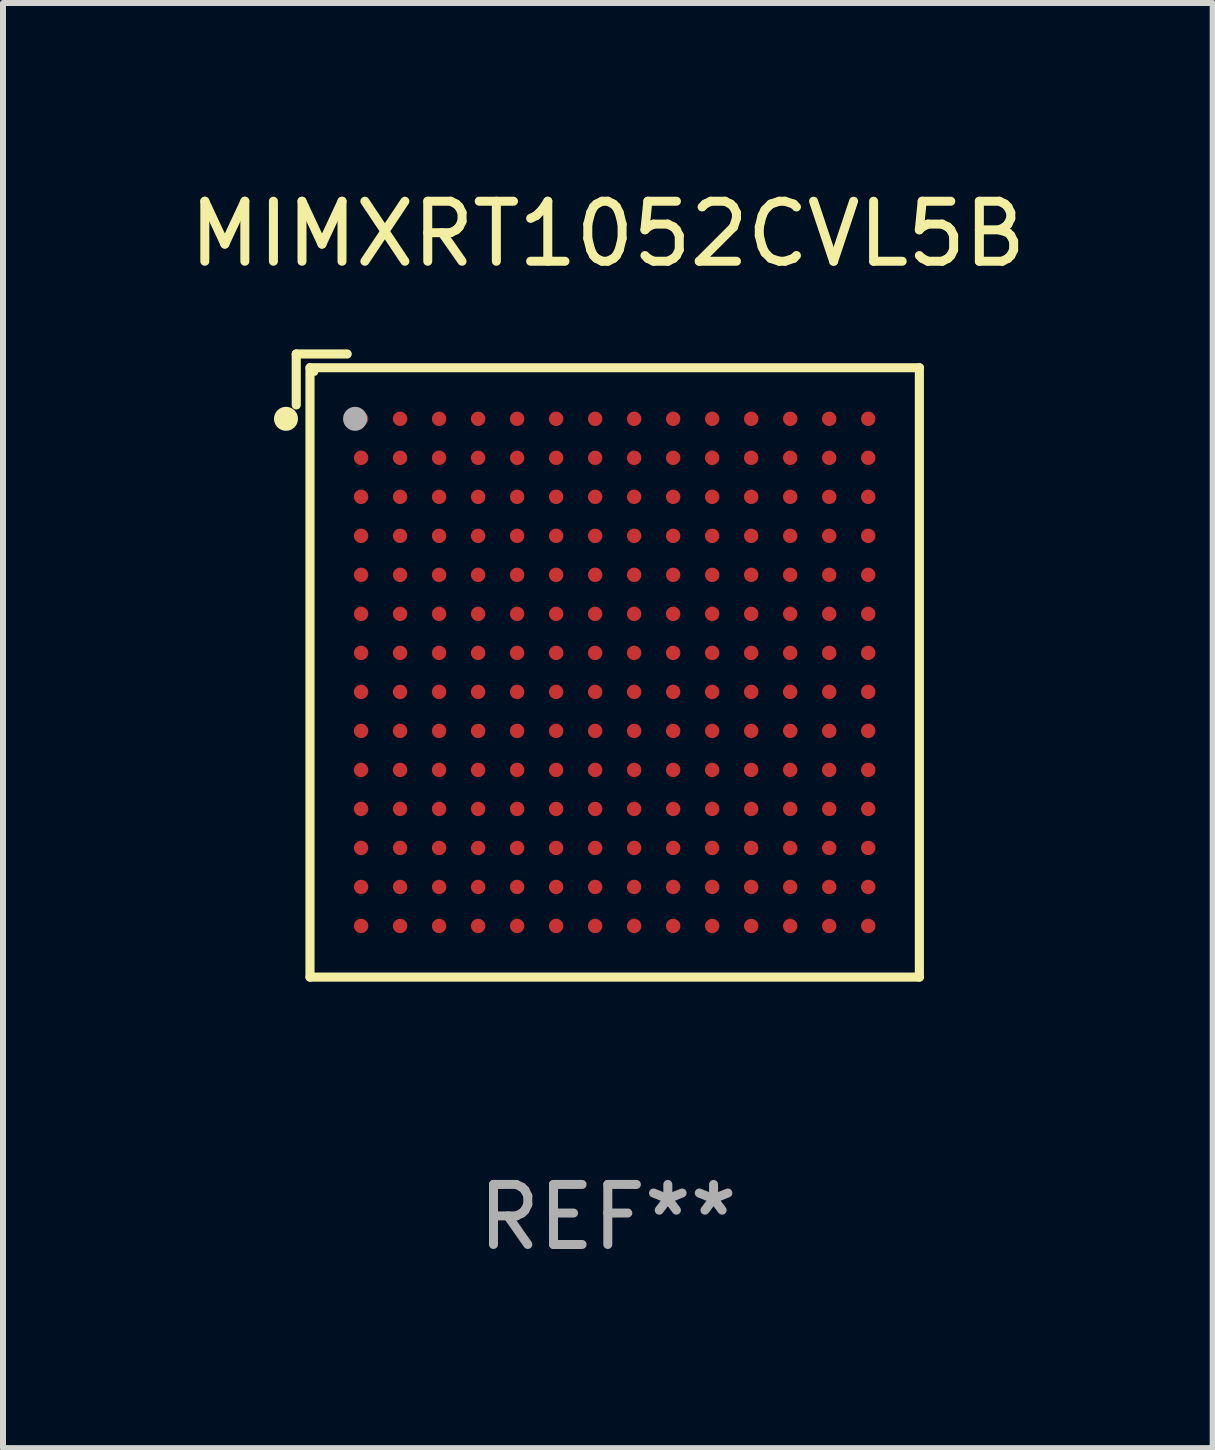
<source format=kicad_pcb>
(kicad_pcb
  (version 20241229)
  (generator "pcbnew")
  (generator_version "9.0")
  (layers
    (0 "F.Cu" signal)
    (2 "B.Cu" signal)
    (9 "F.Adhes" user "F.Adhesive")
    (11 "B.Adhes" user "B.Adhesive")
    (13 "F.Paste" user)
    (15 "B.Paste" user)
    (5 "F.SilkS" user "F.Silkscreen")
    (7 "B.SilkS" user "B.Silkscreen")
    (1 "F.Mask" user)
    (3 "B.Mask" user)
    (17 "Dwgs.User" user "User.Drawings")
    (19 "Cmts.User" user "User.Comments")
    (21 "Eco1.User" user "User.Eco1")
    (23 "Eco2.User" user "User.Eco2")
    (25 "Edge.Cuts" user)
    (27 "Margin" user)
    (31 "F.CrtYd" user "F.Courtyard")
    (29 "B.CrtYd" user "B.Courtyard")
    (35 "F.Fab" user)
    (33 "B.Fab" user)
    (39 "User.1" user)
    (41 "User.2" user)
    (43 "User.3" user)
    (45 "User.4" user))
  (footprint "MIMXRT1052CVL5B"
    (layer "F.Cu")
    (at 7.077 8.039)
    (property "Reference" "MIMXRT1052CVL5B" (at 0 -7.191 0) (layer "F.SilkS") (effects (font (size 1 1) (thickness 0.15))))
    (attr through_hole)
    (fp_line (start -5.191 -5.191) (end -5.191 -4.342) (stroke (width 0.152) (type solid)) (layer "F.SilkS"))
    (fp_line (start -4.962 -4.962) (end 5.191 -4.962) (stroke (width 0.152) (type solid)) (layer "F.SilkS"))
    (fp_line (start -4.962 5.191) (end -4.962 -4.962) (stroke (width 0.152) (type solid)) (layer "F.SilkS"))
    (fp_line (start -4.342 -5.191) (end -5.191 -5.191) (stroke (width 0.152) (type solid)) (layer "F.SilkS"))
    (fp_line (start 5.191 -4.962) (end 5.191 5.191) (stroke (width 0.152) (type solid)) (layer "F.SilkS"))
    (fp_line (start 5.191 5.191) (end -4.962 5.191) (stroke (width 0.152) (type solid)) (layer "F.SilkS"))
    (fp_circle (center -5.362 -4.111) (end -5.262 -4.111) (stroke (width 0.2) (type solid)) (fill no) (layer "F.SilkS"))
    (fp_circle (center -4.886 -4.886) (end -4.856 -4.886) (stroke (width 0.06) (type solid)) (fill no) (layer "F.SilkS"))
    (fp_circle (center -4.211 -4.111) (end -4.111 -4.111) (stroke (width 0.2) (type solid)) (fill no) (layer "F.Fab"))
    (fp_text user "REF**" (at 0 9.191 0) (layer "F.Fab") (effects (font (size 1 1) (thickness 0.15))))
    (pad "A1" smd circle (at -4.111 -4.111) (size 0.24 0.24) (layers "F.Cu" "F.Mask" "F.Paste"))
    (pad "A2" smd circle (at -3.461 -4.111) (size 0.24 0.24) (layers "F.Cu" "F.Mask" "F.Paste"))
    (pad "A3" smd circle (at -2.811 -4.111) (size 0.24 0.24) (layers "F.Cu" "F.Mask" "F.Paste"))
    (pad "A4" smd circle (at -2.161 -4.111) (size 0.24 0.24) (layers "F.Cu" "F.Mask" "F.Paste"))
    (pad "A5" smd circle (at -1.511 -4.111) (size 0.24 0.24) (layers "F.Cu" "F.Mask" "F.Paste"))
    (pad "A6" smd circle (at -0.861 -4.111) (size 0.24 0.24) (layers "F.Cu" "F.Mask" "F.Paste"))
    (pad "A7" smd circle (at -0.211 -4.111) (size 0.24 0.24) (layers "F.Cu" "F.Mask" "F.Paste"))
    (pad "A8" smd circle (at 0.439 -4.111) (size 0.24 0.24) (layers "F.Cu" "F.Mask" "F.Paste"))
    (pad "A9" smd circle (at 1.089 -4.111) (size 0.24 0.24) (layers "F.Cu" "F.Mask" "F.Paste"))
    (pad "A10" smd circle (at 1.739 -4.111) (size 0.24 0.24) (layers "F.Cu" "F.Mask" "F.Paste"))
    (pad "A11" smd circle (at 2.389 -4.111) (size 0.24 0.24) (layers "F.Cu" "F.Mask" "F.Paste"))
    (pad "A12" smd circle (at 3.039 -4.111) (size 0.24 0.24) (layers "F.Cu" "F.Mask" "F.Paste"))
    (pad "A13" smd circle (at 3.689 -4.111) (size 0.24 0.24) (layers "F.Cu" "F.Mask" "F.Paste"))
    (pad "A14" smd circle (at 4.339 -4.111) (size 0.24 0.24) (layers "F.Cu" "F.Mask" "F.Paste"))
    (pad "B1" smd circle (at -4.111 -3.461) (size 0.24 0.24) (layers "F.Cu" "F.Mask" "F.Paste"))
    (pad "B2" smd circle (at -3.461 -3.461) (size 0.24 0.24) (layers "F.Cu" "F.Mask" "F.Paste"))
    (pad "B3" smd circle (at -2.811 -3.461) (size 0.24 0.24) (layers "F.Cu" "F.Mask" "F.Paste"))
    (pad "B4" smd circle (at -2.161 -3.461) (size 0.24 0.24) (layers "F.Cu" "F.Mask" "F.Paste"))
    (pad "B5" smd circle (at -1.511 -3.461) (size 0.24 0.24) (layers "F.Cu" "F.Mask" "F.Paste"))
    (pad "B6" smd circle (at -0.861 -3.461) (size 0.24 0.24) (layers "F.Cu" "F.Mask" "F.Paste"))
    (pad "B7" smd circle (at -0.211 -3.461) (size 0.24 0.24) (layers "F.Cu" "F.Mask" "F.Paste"))
    (pad "B8" smd circle (at 0.439 -3.461) (size 0.24 0.24) (layers "F.Cu" "F.Mask" "F.Paste"))
    (pad "B9" smd circle (at 1.089 -3.461) (size 0.24 0.24) (layers "F.Cu" "F.Mask" "F.Paste"))
    (pad "B10" smd circle (at 1.739 -3.461) (size 0.24 0.24) (layers "F.Cu" "F.Mask" "F.Paste"))
    (pad "B11" smd circle (at 2.389 -3.461) (size 0.24 0.24) (layers "F.Cu" "F.Mask" "F.Paste"))
    (pad "B12" smd circle (at 3.039 -3.461) (size 0.24 0.24) (layers "F.Cu" "F.Mask" "F.Paste"))
    (pad "B13" smd circle (at 3.689 -3.461) (size 0.24 0.24) (layers "F.Cu" "F.Mask" "F.Paste"))
    (pad "B14" smd circle (at 4.339 -3.461) (size 0.24 0.24) (layers "F.Cu" "F.Mask" "F.Paste"))
    (pad "C1" smd circle (at -4.111 -2.811) (size 0.24 0.24) (layers "F.Cu" "F.Mask" "F.Paste"))
    (pad "C2" smd circle (at -3.461 -2.811) (size 0.24 0.24) (layers "F.Cu" "F.Mask" "F.Paste"))
    (pad "C3" smd circle (at -2.811 -2.811) (size 0.24 0.24) (layers "F.Cu" "F.Mask" "F.Paste"))
    (pad "C4" smd circle (at -2.161 -2.811) (size 0.24 0.24) (layers "F.Cu" "F.Mask" "F.Paste"))
    (pad "C5" smd circle (at -1.511 -2.811) (size 0.24 0.24) (layers "F.Cu" "F.Mask" "F.Paste"))
    (pad "C6" smd circle (at -0.861 -2.811) (size 0.24 0.24) (layers "F.Cu" "F.Mask" "F.Paste"))
    (pad "C7" smd circle (at -0.211 -2.811) (size 0.24 0.24) (layers "F.Cu" "F.Mask" "F.Paste"))
    (pad "C8" smd circle (at 0.439 -2.811) (size 0.24 0.24) (layers "F.Cu" "F.Mask" "F.Paste"))
    (pad "C9" smd circle (at 1.089 -2.811) (size 0.24 0.24) (layers "F.Cu" "F.Mask" "F.Paste"))
    (pad "C10" smd circle (at 1.739 -2.811) (size 0.24 0.24) (layers "F.Cu" "F.Mask" "F.Paste"))
    (pad "C11" smd circle (at 2.389 -2.811) (size 0.24 0.24) (layers "F.Cu" "F.Mask" "F.Paste"))
    (pad "C12" smd circle (at 3.039 -2.811) (size 0.24 0.24) (layers "F.Cu" "F.Mask" "F.Paste"))
    (pad "C13" smd circle (at 3.689 -2.811) (size 0.24 0.24) (layers "F.Cu" "F.Mask" "F.Paste"))
    (pad "C14" smd circle (at 4.339 -2.811) (size 0.24 0.24) (layers "F.Cu" "F.Mask" "F.Paste"))
    (pad "D1" smd circle (at -4.111 -2.161) (size 0.24 0.24) (layers "F.Cu" "F.Mask" "F.Paste"))
    (pad "D2" smd circle (at -3.461 -2.161) (size 0.24 0.24) (layers "F.Cu" "F.Mask" "F.Paste"))
    (pad "D3" smd circle (at -2.811 -2.161) (size 0.24 0.24) (layers "F.Cu" "F.Mask" "F.Paste"))
    (pad "D4" smd circle (at -2.161 -2.161) (size 0.24 0.24) (layers "F.Cu" "F.Mask" "F.Paste"))
    (pad "D5" smd circle (at -1.511 -2.161) (size 0.24 0.24) (layers "F.Cu" "F.Mask" "F.Paste"))
    (pad "D6" smd circle (at -0.861 -2.161) (size 0.24 0.24) (layers "F.Cu" "F.Mask" "F.Paste"))
    (pad "D7" smd circle (at -0.211 -2.161) (size 0.24 0.24) (layers "F.Cu" "F.Mask" "F.Paste"))
    (pad "D8" smd circle (at 0.439 -2.161) (size 0.24 0.24) (layers "F.Cu" "F.Mask" "F.Paste"))
    (pad "D9" smd circle (at 1.089 -2.161) (size 0.24 0.24) (layers "F.Cu" "F.Mask" "F.Paste"))
    (pad "D10" smd circle (at 1.739 -2.161) (size 0.24 0.24) (layers "F.Cu" "F.Mask" "F.Paste"))
    (pad "D11" smd circle (at 2.389 -2.161) (size 0.24 0.24) (layers "F.Cu" "F.Mask" "F.Paste"))
    (pad "D12" smd circle (at 3.039 -2.161) (size 0.24 0.24) (layers "F.Cu" "F.Mask" "F.Paste"))
    (pad "D13" smd circle (at 3.689 -2.161) (size 0.24 0.24) (layers "F.Cu" "F.Mask" "F.Paste"))
    (pad "D14" smd circle (at 4.339 -2.161) (size 0.24 0.24) (layers "F.Cu" "F.Mask" "F.Paste"))
    (pad "E1" smd circle (at -4.111 -1.511) (size 0.24 0.24) (layers "F.Cu" "F.Mask" "F.Paste"))
    (pad "E2" smd circle (at -3.461 -1.511) (size 0.24 0.24) (layers "F.Cu" "F.Mask" "F.Paste"))
    (pad "E3" smd circle (at -2.811 -1.511) (size 0.24 0.24) (layers "F.Cu" "F.Mask" "F.Paste"))
    (pad "E4" smd circle (at -2.161 -1.511) (size 0.24 0.24) (layers "F.Cu" "F.Mask" "F.Paste"))
    (pad "E5" smd circle (at -1.511 -1.511) (size 0.24 0.24) (layers "F.Cu" "F.Mask" "F.Paste"))
    (pad "E6" smd circle (at -0.861 -1.511) (size 0.24 0.24) (layers "F.Cu" "F.Mask" "F.Paste"))
    (pad "E7" smd circle (at -0.211 -1.511) (size 0.24 0.24) (layers "F.Cu" "F.Mask" "F.Paste"))
    (pad "E8" smd circle (at 0.439 -1.511) (size 0.24 0.24) (layers "F.Cu" "F.Mask" "F.Paste"))
    (pad "E9" smd circle (at 1.089 -1.511) (size 0.24 0.24) (layers "F.Cu" "F.Mask" "F.Paste"))
    (pad "E10" smd circle (at 1.739 -1.511) (size 0.24 0.24) (layers "F.Cu" "F.Mask" "F.Paste"))
    (pad "E11" smd circle (at 2.389 -1.511) (size 0.24 0.24) (layers "F.Cu" "F.Mask" "F.Paste"))
    (pad "E12" smd circle (at 3.039 -1.511) (size 0.24 0.24) (layers "F.Cu" "F.Mask" "F.Paste"))
    (pad "E13" smd circle (at 3.689 -1.511) (size 0.24 0.24) (layers "F.Cu" "F.Mask" "F.Paste"))
    (pad "E14" smd circle (at 4.339 -1.511) (size 0.24 0.24) (layers "F.Cu" "F.Mask" "F.Paste"))
    (pad "F1" smd circle (at -4.111 -0.861) (size 0.24 0.24) (layers "F.Cu" "F.Mask" "F.Paste"))
    (pad "F2" smd circle (at -3.461 -0.861) (size 0.24 0.24) (layers "F.Cu" "F.Mask" "F.Paste"))
    (pad "F3" smd circle (at -2.811 -0.861) (size 0.24 0.24) (layers "F.Cu" "F.Mask" "F.Paste"))
    (pad "F4" smd circle (at -2.161 -0.861) (size 0.24 0.24) (layers "F.Cu" "F.Mask" "F.Paste"))
    (pad "F5" smd circle (at -1.511 -0.861) (size 0.24 0.24) (layers "F.Cu" "F.Mask" "F.Paste"))
    (pad "F6" smd circle (at -0.861 -0.861) (size 0.24 0.24) (layers "F.Cu" "F.Mask" "F.Paste"))
    (pad "F7" smd circle (at -0.211 -0.861) (size 0.24 0.24) (layers "F.Cu" "F.Mask" "F.Paste"))
    (pad "F8" smd circle (at 0.439 -0.861) (size 0.24 0.24) (layers "F.Cu" "F.Mask" "F.Paste"))
    (pad "F9" smd circle (at 1.089 -0.861) (size 0.24 0.24) (layers "F.Cu" "F.Mask" "F.Paste"))
    (pad "F10" smd circle (at 1.739 -0.861) (size 0.24 0.24) (layers "F.Cu" "F.Mask" "F.Paste"))
    (pad "F11" smd circle (at 2.389 -0.861) (size 0.24 0.24) (layers "F.Cu" "F.Mask" "F.Paste"))
    (pad "F12" smd circle (at 3.039 -0.861) (size 0.24 0.24) (layers "F.Cu" "F.Mask" "F.Paste"))
    (pad "F13" smd circle (at 3.689 -0.861) (size 0.24 0.24) (layers "F.Cu" "F.Mask" "F.Paste"))
    (pad "F14" smd circle (at 4.339 -0.861) (size 0.24 0.24) (layers "F.Cu" "F.Mask" "F.Paste"))
    (pad "G1" smd circle (at -4.111 -0.211) (size 0.24 0.24) (layers "F.Cu" "F.Mask" "F.Paste"))
    (pad "G2" smd circle (at -3.461 -0.211) (size 0.24 0.24) (layers "F.Cu" "F.Mask" "F.Paste"))
    (pad "G3" smd circle (at -2.811 -0.211) (size 0.24 0.24) (layers "F.Cu" "F.Mask" "F.Paste"))
    (pad "G4" smd circle (at -2.161 -0.211) (size 0.24 0.24) (layers "F.Cu" "F.Mask" "F.Paste"))
    (pad "G5" smd circle (at -1.511 -0.211) (size 0.24 0.24) (layers "F.Cu" "F.Mask" "F.Paste"))
    (pad "G6" smd circle (at -0.861 -0.211) (size 0.24 0.24) (layers "F.Cu" "F.Mask" "F.Paste"))
    (pad "G7" smd circle (at -0.211 -0.211) (size 0.24 0.24) (layers "F.Cu" "F.Mask" "F.Paste"))
    (pad "G8" smd circle (at 0.439 -0.211) (size 0.24 0.24) (layers "F.Cu" "F.Mask" "F.Paste"))
    (pad "G9" smd circle (at 1.089 -0.211) (size 0.24 0.24) (layers "F.Cu" "F.Mask" "F.Paste"))
    (pad "G10" smd circle (at 1.739 -0.211) (size 0.24 0.24) (layers "F.Cu" "F.Mask" "F.Paste"))
    (pad "G11" smd circle (at 2.389 -0.211) (size 0.24 0.24) (layers "F.Cu" "F.Mask" "F.Paste"))
    (pad "G12" smd circle (at 3.039 -0.211) (size 0.24 0.24) (layers "F.Cu" "F.Mask" "F.Paste"))
    (pad "G13" smd circle (at 3.689 -0.211) (size 0.24 0.24) (layers "F.Cu" "F.Mask" "F.Paste"))
    (pad "G14" smd circle (at 4.339 -0.211) (size 0.24 0.24) (layers "F.Cu" "F.Mask" "F.Paste"))
    (pad "H1" smd circle (at -4.111 0.439) (size 0.24 0.24) (layers "F.Cu" "F.Mask" "F.Paste"))
    (pad "H2" smd circle (at -3.461 0.439) (size 0.24 0.24) (layers "F.Cu" "F.Mask" "F.Paste"))
    (pad "H3" smd circle (at -2.811 0.439) (size 0.24 0.24) (layers "F.Cu" "F.Mask" "F.Paste"))
    (pad "H4" smd circle (at -2.161 0.439) (size 0.24 0.24) (layers "F.Cu" "F.Mask" "F.Paste"))
    (pad "H5" smd circle (at -1.511 0.439) (size 0.24 0.24) (layers "F.Cu" "F.Mask" "F.Paste"))
    (pad "H6" smd circle (at -0.861 0.439) (size 0.24 0.24) (layers "F.Cu" "F.Mask" "F.Paste"))
    (pad "H7" smd circle (at -0.211 0.439) (size 0.24 0.24) (layers "F.Cu" "F.Mask" "F.Paste"))
    (pad "H8" smd circle (at 0.439 0.439) (size 0.24 0.24) (layers "F.Cu" "F.Mask" "F.Paste"))
    (pad "H9" smd circle (at 1.089 0.439) (size 0.24 0.24) (layers "F.Cu" "F.Mask" "F.Paste"))
    (pad "H10" smd circle (at 1.739 0.439) (size 0.24 0.24) (layers "F.Cu" "F.Mask" "F.Paste"))
    (pad "H11" smd circle (at 2.389 0.439) (size 0.24 0.24) (layers "F.Cu" "F.Mask" "F.Paste"))
    (pad "H12" smd circle (at 3.039 0.439) (size 0.24 0.24) (layers "F.Cu" "F.Mask" "F.Paste"))
    (pad "H13" smd circle (at 3.689 0.439) (size 0.24 0.24) (layers "F.Cu" "F.Mask" "F.Paste"))
    (pad "H14" smd circle (at 4.339 0.439) (size 0.24 0.24) (layers "F.Cu" "F.Mask" "F.Paste"))
    (pad "J1" smd circle (at -4.111 1.089) (size 0.24 0.24) (layers "F.Cu" "F.Mask" "F.Paste"))
    (pad "J2" smd circle (at -3.461 1.089) (size 0.24 0.24) (layers "F.Cu" "F.Mask" "F.Paste"))
    (pad "J3" smd circle (at -2.811 1.089) (size 0.24 0.24) (layers "F.Cu" "F.Mask" "F.Paste"))
    (pad "J4" smd circle (at -2.161 1.089) (size 0.24 0.24) (layers "F.Cu" "F.Mask" "F.Paste"))
    (pad "J5" smd circle (at -1.511 1.089) (size 0.24 0.24) (layers "F.Cu" "F.Mask" "F.Paste"))
    (pad "J6" smd circle (at -0.861 1.089) (size 0.24 0.24) (layers "F.Cu" "F.Mask" "F.Paste"))
    (pad "J7" smd circle (at -0.211 1.089) (size 0.24 0.24) (layers "F.Cu" "F.Mask" "F.Paste"))
    (pad "J8" smd circle (at 0.439 1.089) (size 0.24 0.24) (layers "F.Cu" "F.Mask" "F.Paste"))
    (pad "J9" smd circle (at 1.089 1.089) (size 0.24 0.24) (layers "F.Cu" "F.Mask" "F.Paste"))
    (pad "J10" smd circle (at 1.739 1.089) (size 0.24 0.24) (layers "F.Cu" "F.Mask" "F.Paste"))
    (pad "J11" smd circle (at 2.389 1.089) (size 0.24 0.24) (layers "F.Cu" "F.Mask" "F.Paste"))
    (pad "J12" smd circle (at 3.039 1.089) (size 0.24 0.24) (layers "F.Cu" "F.Mask" "F.Paste"))
    (pad "J13" smd circle (at 3.689 1.089) (size 0.24 0.24) (layers "F.Cu" "F.Mask" "F.Paste"))
    (pad "J14" smd circle (at 4.339 1.089) (size 0.24 0.24) (layers "F.Cu" "F.Mask" "F.Paste"))
    (pad "K1" smd circle (at -4.111 1.739) (size 0.24 0.24) (layers "F.Cu" "F.Mask" "F.Paste"))
    (pad "K2" smd circle (at -3.461 1.739) (size 0.24 0.24) (layers "F.Cu" "F.Mask" "F.Paste"))
    (pad "K3" smd circle (at -2.811 1.739) (size 0.24 0.24) (layers "F.Cu" "F.Mask" "F.Paste"))
    (pad "K4" smd circle (at -2.161 1.739) (size 0.24 0.24) (layers "F.Cu" "F.Mask" "F.Paste"))
    (pad "K5" smd circle (at -1.511 1.739) (size 0.24 0.24) (layers "F.Cu" "F.Mask" "F.Paste"))
    (pad "K6" smd circle (at -0.861 1.739) (size 0.24 0.24) (layers "F.Cu" "F.Mask" "F.Paste"))
    (pad "K7" smd circle (at -0.211 1.739) (size 0.24 0.24) (layers "F.Cu" "F.Mask" "F.Paste"))
    (pad "K8" smd circle (at 0.439 1.739) (size 0.24 0.24) (layers "F.Cu" "F.Mask" "F.Paste"))
    (pad "K9" smd circle (at 1.089 1.739) (size 0.24 0.24) (layers "F.Cu" "F.Mask" "F.Paste"))
    (pad "K10" smd circle (at 1.739 1.739) (size 0.24 0.24) (layers "F.Cu" "F.Mask" "F.Paste"))
    (pad "K11" smd circle (at 2.389 1.739) (size 0.24 0.24) (layers "F.Cu" "F.Mask" "F.Paste"))
    (pad "K12" smd circle (at 3.039 1.739) (size 0.24 0.24) (layers "F.Cu" "F.Mask" "F.Paste"))
    (pad "K13" smd circle (at 3.689 1.739) (size 0.24 0.24) (layers "F.Cu" "F.Mask" "F.Paste"))
    (pad "K14" smd circle (at 4.339 1.739) (size 0.24 0.24) (layers "F.Cu" "F.Mask" "F.Paste"))
    (pad "L1" smd circle (at -4.111 2.389) (size 0.24 0.24) (layers "F.Cu" "F.Mask" "F.Paste"))
    (pad "L2" smd circle (at -3.461 2.389) (size 0.24 0.24) (layers "F.Cu" "F.Mask" "F.Paste"))
    (pad "L3" smd circle (at -2.811 2.389) (size 0.24 0.24) (layers "F.Cu" "F.Mask" "F.Paste"))
    (pad "L4" smd circle (at -2.161 2.389) (size 0.24 0.24) (layers "F.Cu" "F.Mask" "F.Paste"))
    (pad "L5" smd circle (at -1.511 2.389) (size 0.24 0.24) (layers "F.Cu" "F.Mask" "F.Paste"))
    (pad "L6" smd circle (at -0.861 2.389) (size 0.24 0.24) (layers "F.Cu" "F.Mask" "F.Paste"))
    (pad "L7" smd circle (at -0.211 2.389) (size 0.24 0.24) (layers "F.Cu" "F.Mask" "F.Paste"))
    (pad "L8" smd circle (at 0.439 2.389) (size 0.24 0.24) (layers "F.Cu" "F.Mask" "F.Paste"))
    (pad "L9" smd circle (at 1.089 2.389) (size 0.24 0.24) (layers "F.Cu" "F.Mask" "F.Paste"))
    (pad "L10" smd circle (at 1.739 2.389) (size 0.24 0.24) (layers "F.Cu" "F.Mask" "F.Paste"))
    (pad "L11" smd circle (at 2.389 2.389) (size 0.24 0.24) (layers "F.Cu" "F.Mask" "F.Paste"))
    (pad "L12" smd circle (at 3.039 2.389) (size 0.24 0.24) (layers "F.Cu" "F.Mask" "F.Paste"))
    (pad "L13" smd circle (at 3.689 2.389) (size 0.24 0.24) (layers "F.Cu" "F.Mask" "F.Paste"))
    (pad "L14" smd circle (at 4.339 2.389) (size 0.24 0.24) (layers "F.Cu" "F.Mask" "F.Paste"))
    (pad "M1" smd circle (at -4.111 3.039) (size 0.24 0.24) (layers "F.Cu" "F.Mask" "F.Paste"))
    (pad "M2" smd circle (at -3.461 3.039) (size 0.24 0.24) (layers "F.Cu" "F.Mask" "F.Paste"))
    (pad "M3" smd circle (at -2.811 3.039) (size 0.24 0.24) (layers "F.Cu" "F.Mask" "F.Paste"))
    (pad "M4" smd circle (at -2.161 3.039) (size 0.24 0.24) (layers "F.Cu" "F.Mask" "F.Paste"))
    (pad "M5" smd circle (at -1.511 3.039) (size 0.24 0.24) (layers "F.Cu" "F.Mask" "F.Paste"))
    (pad "M6" smd circle (at -0.861 3.039) (size 0.24 0.24) (layers "F.Cu" "F.Mask" "F.Paste"))
    (pad "M7" smd circle (at -0.211 3.039) (size 0.24 0.24) (layers "F.Cu" "F.Mask" "F.Paste"))
    (pad "M8" smd circle (at 0.439 3.039) (size 0.24 0.24) (layers "F.Cu" "F.Mask" "F.Paste"))
    (pad "M9" smd circle (at 1.089 3.039) (size 0.24 0.24) (layers "F.Cu" "F.Mask" "F.Paste"))
    (pad "M10" smd circle (at 1.739 3.039) (size 0.24 0.24) (layers "F.Cu" "F.Mask" "F.Paste"))
    (pad "M11" smd circle (at 2.389 3.039) (size 0.24 0.24) (layers "F.Cu" "F.Mask" "F.Paste"))
    (pad "M12" smd circle (at 3.039 3.039) (size 0.24 0.24) (layers "F.Cu" "F.Mask" "F.Paste"))
    (pad "M13" smd circle (at 3.689 3.039) (size 0.24 0.24) (layers "F.Cu" "F.Mask" "F.Paste"))
    (pad "M14" smd circle (at 4.339 3.039) (size 0.24 0.24) (layers "F.Cu" "F.Mask" "F.Paste"))
    (pad "N1" smd circle (at -4.111 3.689) (size 0.24 0.24) (layers "F.Cu" "F.Mask" "F.Paste"))
    (pad "N2" smd circle (at -3.461 3.689) (size 0.24 0.24) (layers "F.Cu" "F.Mask" "F.Paste"))
    (pad "N3" smd circle (at -2.811 3.689) (size 0.24 0.24) (layers "F.Cu" "F.Mask" "F.Paste"))
    (pad "N4" smd circle (at -2.161 3.689) (size 0.24 0.24) (layers "F.Cu" "F.Mask" "F.Paste"))
    (pad "N5" smd circle (at -1.511 3.689) (size 0.24 0.24) (layers "F.Cu" "F.Mask" "F.Paste"))
    (pad "N6" smd circle (at -0.861 3.689) (size 0.24 0.24) (layers "F.Cu" "F.Mask" "F.Paste"))
    (pad "N7" smd circle (at -0.211 3.689) (size 0.24 0.24) (layers "F.Cu" "F.Mask" "F.Paste"))
    (pad "N8" smd circle (at 0.439 3.689) (size 0.24 0.24) (layers "F.Cu" "F.Mask" "F.Paste"))
    (pad "N9" smd circle (at 1.089 3.689) (size 0.24 0.24) (layers "F.Cu" "F.Mask" "F.Paste"))
    (pad "N10" smd circle (at 1.739 3.689) (size 0.24 0.24) (layers "F.Cu" "F.Mask" "F.Paste"))
    (pad "N11" smd circle (at 2.389 3.689) (size 0.24 0.24) (layers "F.Cu" "F.Mask" "F.Paste"))
    (pad "N12" smd circle (at 3.039 3.689) (size 0.24 0.24) (layers "F.Cu" "F.Mask" "F.Paste"))
    (pad "N13" smd circle (at 3.689 3.689) (size 0.24 0.24) (layers "F.Cu" "F.Mask" "F.Paste"))
    (pad "N14" smd circle (at 4.339 3.689) (size 0.24 0.24) (layers "F.Cu" "F.Mask" "F.Paste"))
    (pad "P1" smd circle (at -4.111 4.339) (size 0.24 0.24) (layers "F.Cu" "F.Mask" "F.Paste"))
    (pad "P2" smd circle (at -3.461 4.339) (size 0.24 0.24) (layers "F.Cu" "F.Mask" "F.Paste"))
    (pad "P3" smd circle (at -2.811 4.339) (size 0.24 0.24) (layers "F.Cu" "F.Mask" "F.Paste"))
    (pad "P4" smd circle (at -2.161 4.339) (size 0.24 0.24) (layers "F.Cu" "F.Mask" "F.Paste"))
    (pad "P5" smd circle (at -1.511 4.339) (size 0.24 0.24) (layers "F.Cu" "F.Mask" "F.Paste"))
    (pad "P6" smd circle (at -0.861 4.339) (size 0.24 0.24) (layers "F.Cu" "F.Mask" "F.Paste"))
    (pad "P7" smd circle (at -0.211 4.339) (size 0.24 0.24) (layers "F.Cu" "F.Mask" "F.Paste"))
    (pad "P8" smd circle (at 0.439 4.339) (size 0.24 0.24) (layers "F.Cu" "F.Mask" "F.Paste"))
    (pad "P9" smd circle (at 1.089 4.339) (size 0.24 0.24) (layers "F.Cu" "F.Mask" "F.Paste"))
    (pad "P10" smd circle (at 1.739 4.339) (size 0.24 0.24) (layers "F.Cu" "F.Mask" "F.Paste"))
    (pad "P11" smd circle (at 2.389 4.339) (size 0.24 0.24) (layers "F.Cu" "F.Mask" "F.Paste"))
    (pad "P12" smd circle (at 3.039 4.339) (size 0.24 0.24) (layers "F.Cu" "F.Mask" "F.Paste"))
    (pad "P13" smd circle (at 3.689 4.339) (size 0.24 0.24) (layers "F.Cu" "F.Mask" "F.Paste"))
    (pad "P14" smd circle (at 4.339 4.339) (size 0.24 0.24) (layers "F.Cu" "F.Mask" "F.Paste")))
  (gr_rect
    (start -3 -3)
    (end 17.155 21.078)
    (stroke (width 0.1) (type default))
    (fill no)
    (layer "Edge.Cuts")))
</source>
